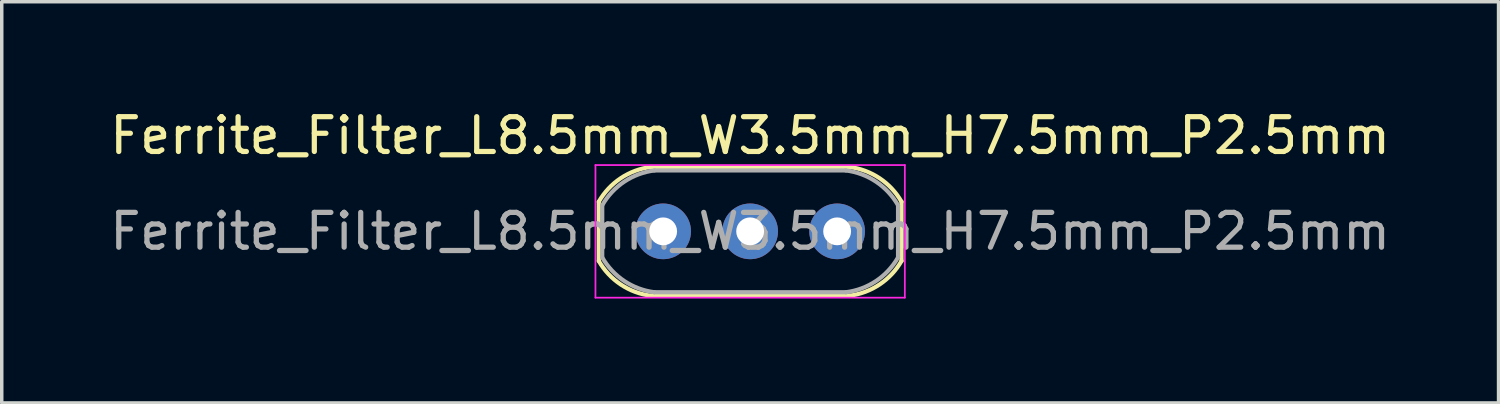
<source format=kicad_pcb>
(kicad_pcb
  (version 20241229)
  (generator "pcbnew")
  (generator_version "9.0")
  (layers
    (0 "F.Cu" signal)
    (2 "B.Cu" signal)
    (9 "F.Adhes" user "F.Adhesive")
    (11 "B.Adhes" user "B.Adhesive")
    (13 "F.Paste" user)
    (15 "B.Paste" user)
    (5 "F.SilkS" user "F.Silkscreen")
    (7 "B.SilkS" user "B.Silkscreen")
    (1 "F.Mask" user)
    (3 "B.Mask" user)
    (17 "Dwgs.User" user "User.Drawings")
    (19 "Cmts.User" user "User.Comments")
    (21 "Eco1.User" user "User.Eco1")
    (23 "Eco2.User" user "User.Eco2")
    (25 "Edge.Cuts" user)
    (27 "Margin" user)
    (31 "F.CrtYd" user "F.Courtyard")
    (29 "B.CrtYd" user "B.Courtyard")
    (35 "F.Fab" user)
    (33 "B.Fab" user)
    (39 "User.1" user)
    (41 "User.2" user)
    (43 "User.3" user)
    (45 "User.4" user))
  (footprint "Ferrite_Filter_L8.5mm_W3.5mm_H7.5mm_P2.5mm"
    (layer "F.Cu")
    (at 18.506 3.598)
    (property "Reference" "Ferrite_Filter_L8.5mm_W3.5mm_H7.5mm_P2.5mm" (at 0 -2.75 0) (layer "F.SilkS") (effects (font (size 1 1) (thickness 0.15))))
    (fp_line (start -4.35 0.85) (end -4.35 -0.85) (stroke (width 0.12) (type solid)) (layer "F.SilkS"))
    (fp_line (start -2.851 -1.85) (end 2.85 -1.85) (stroke (width 0.12) (type solid)) (layer "F.SilkS"))
    (fp_line (start -2.85 1.85) (end 2.851 1.85) (stroke (width 0.12) (type solid)) (layer "F.SilkS"))
    (fp_line (start 4.35 0.85) (end 4.35 -0.85) (stroke (width 0.12) (type solid)) (layer "F.SilkS"))
    (fp_arc (start -4.35 -0.85) (mid -3.718475 -1.526757) (end -2.851051 -1.849868) (stroke (width 0.12) (type solid)) (layer "F.SilkS"))
    (fp_arc (start -2.85 1.85) (mid -3.718034 1.527051) (end -4.35 0.85) (stroke (width 0.12) (type solid)) (layer "F.SilkS"))
    (fp_arc (start 2.85 -1.85) (mid 3.718034 -1.527051) (end 4.35 -0.85) (stroke (width 0.12) (type solid)) (layer "F.SilkS"))
    (fp_arc (start 4.35 0.85) (mid 3.718475 1.526757) (end 2.851051 1.849868) (stroke (width 0.12) (type solid)) (layer "F.SilkS"))
    (fp_line (start -4.445 -1.905) (end 4.445 -1.905) (stroke (width 0.05) (type solid)) (layer "F.CrtYd"))
    (fp_line (start -4.445 1.905) (end -4.445 -1.905) (stroke (width 0.05) (type solid)) (layer "F.CrtYd"))
    (fp_line (start 4.445 -1.905) (end 4.445 1.905) (stroke (width 0.05) (type solid)) (layer "F.CrtYd"))
    (fp_line (start 4.445 1.905) (end -4.445 1.905) (stroke (width 0.05) (type solid)) (layer "F.CrtYd"))
    (fp_line (start -4.25 0.75) (end -4.25 -0.75) (stroke (width 0.12) (type solid)) (layer "F.Fab"))
    (fp_line (start -2.75 -1.75) (end 2.75 -1.75) (stroke (width 0.12) (type solid)) (layer "F.Fab"))
    (fp_line (start -2.75 1.75) (end 2.75 1.75) (stroke (width 0.12) (type solid)) (layer "F.Fab"))
    (fp_line (start 4.25 0.75) (end 4.25 -0.75) (stroke (width 0.12) (type solid)) (layer "F.Fab"))
    (fp_arc (start -4.25 -0.75) (mid -3.618476 -1.426756) (end -2.751054 -1.749866) (stroke (width 0.12) (type solid)) (layer "F.Fab"))
    (fp_arc (start -2.750001 1.750001) (mid -3.617965 1.426948) (end -4.25 0.75) (stroke (width 0.12) (type solid)) (layer "F.Fab"))
    (fp_arc (start 2.750001 -1.750001) (mid 3.617965 -1.426948) (end 4.25 -0.75) (stroke (width 0.12) (type solid)) (layer "F.Fab"))
    (fp_arc (start 4.25 0.75) (mid 3.618476 1.426756) (end 2.751054 1.749866) (stroke (width 0.12) (type solid)) (layer "F.Fab"))
    (fp_text user "${REFERENCE}" (at 0 0 0) (layer "F.Fab") (effects (font (size 1 1) (thickness 0.15))))
    (pad "1" thru_hole circle (at -2.5 0) (size 1.6 1.6) (drill 0.8) (layers "*.Cu" "*.Mask"))
    (pad "2" thru_hole circle (at 0 0) (size 1.6 1.6) (drill 0.8) (layers "*.Cu" "*.Mask"))
    (pad "3" thru_hole circle (at 2.5 0) (size 1.6 1.6) (drill 0.8) (layers "*.Cu" "*.Mask")))
  (gr_rect
    (start -3 -3)
    (end 40.012 8.528)
    (stroke (width 0.1) (type default))
    (fill no)
    (layer "Edge.Cuts")))
</source>
